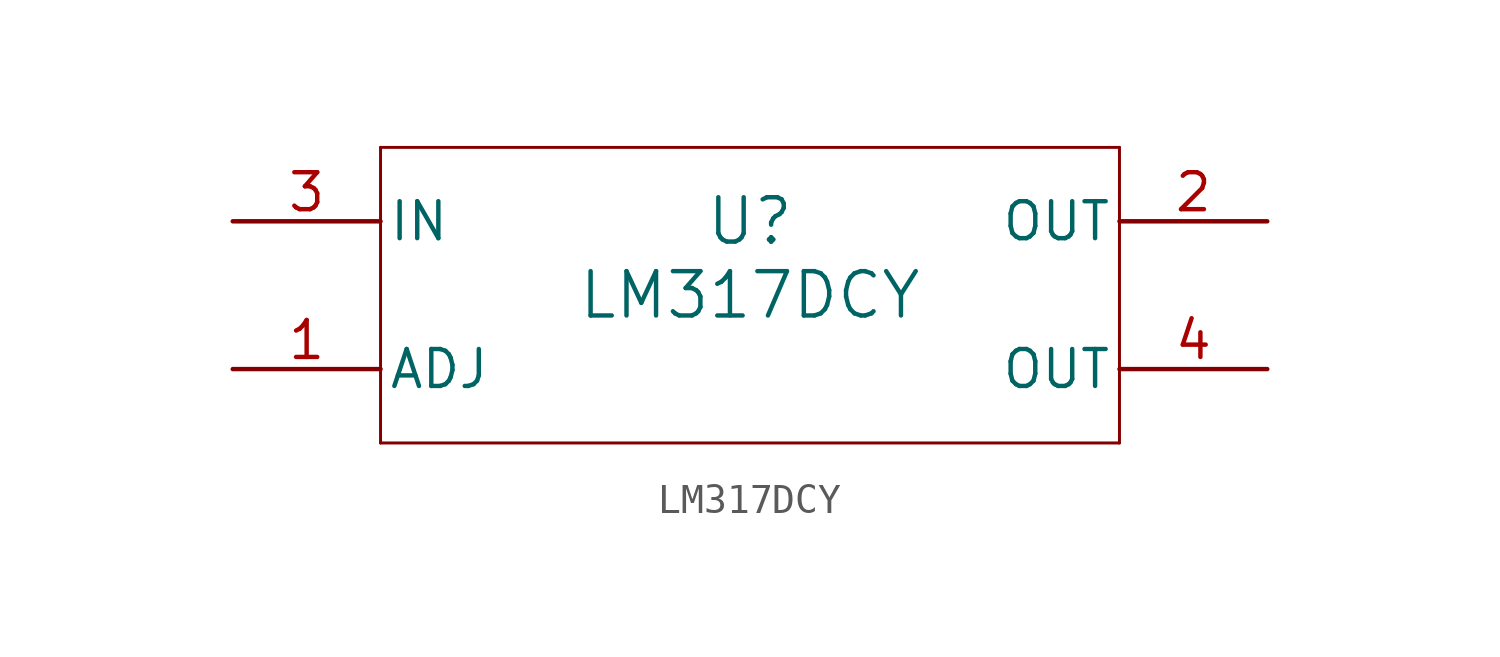
<source format=kicad_sym>
(kicad_symbol_lib
  (version 20241209)
  (generator "kicad_symbol_editor")
  (generator_version "9.0")
  (symbol "LM317DCY"
    (pin_names
      (offset 0.254))
    (property "Reference" "U"
      (at 0 2.54 0)
      (effects (font (size 1.524 1.524))))
    (property "Value" "LM317DCY"
      (at 0 0 0)
      (effects (font (size 1.524 1.524))))
    (property "ki_locked" ""
      (at 0 0 0)
      (effects (font (size 1.27 1.27))))
    (symbol "LM317DCY_0_1"
      (polyline (pts (xy -12.7 5.08) (xy -12.7 -5.08)) (stroke (width 0.102) (type default)) (fill (type none)))
      (polyline (pts (xy -12.7 -5.08) (xy 12.7 -5.08)) (stroke (width 0.102) (type default)) (fill (type none)))
      (polyline (pts (xy 12.7 5.08) (xy -12.7 5.08)) (stroke (width 0.102) (type default)) (fill (type none)))
      (polyline (pts (xy 12.7 -5.08) (xy 12.7 5.08)) (stroke (width 0.102) (type default)) (fill (type none)))
      (pin power_in line (at -17.78 2.54 0) (length 5.08) (name "IN" (effects (font (size 1.27 1.27)))) (number "3" (effects (font (size 1.27 1.27)))))
      (pin input line (at -17.78 -2.54 0) (length 5.08) (name "ADJ" (effects (font (size 1.27 1.27)))) (number "1" (effects (font (size 1.27 1.27)))))
      (pin power_in line (at 17.78 2.54 180) (length 5.08) (name "OUT" (effects (font (size 1.27 1.27)))) (number "2" (effects (font (size 1.27 1.27)))))
      (pin power_in line (at 17.78 -2.54 180) (length 5.08) (name "OUT" (effects (font (size 1.27 1.27)))) (number "4" (effects (font (size 1.27 1.27))))))))
</source>
